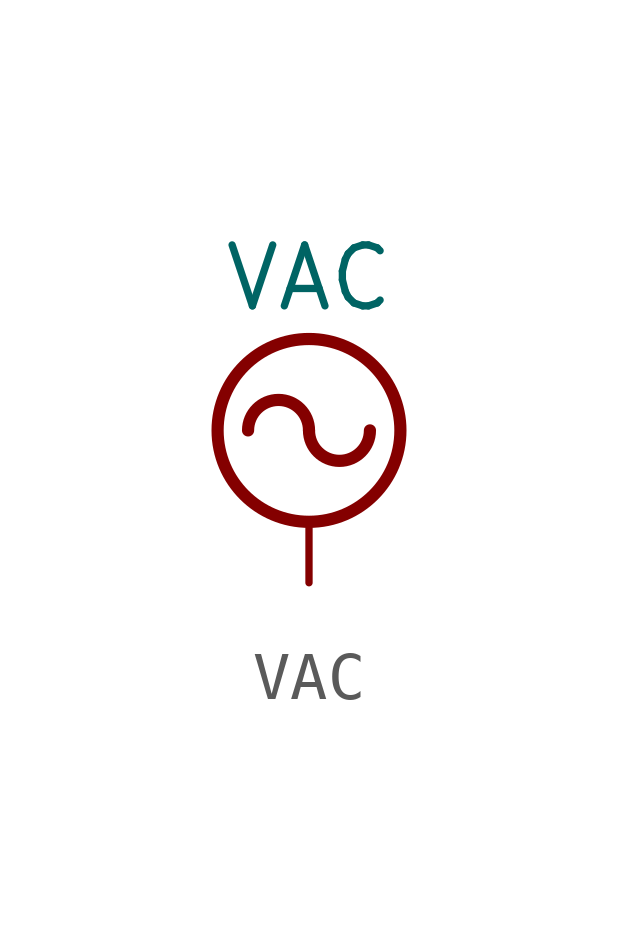
<source format=kicad_sym>
(kicad_symbol_lib
  (version 20220914)
  (generator kicad_symbol_editor)
  (symbol "VAC"
    (power)
    (pin_names
      (offset 0))
    (property "Reference" "#PWR"
      (at 0 -2.54 0)
      (effects (font (size 1.27 1.27)) hide))
    (property "Value" "VAC"
      (at 0 6.35 0)
      (effects (font (size 1.27 1.27))))
    (symbol "VAC_0_1"
      (polyline (pts (xy 0 0) (xy 0 1.27)) (stroke (width 0) (type solid)) (fill (type none)))
      (arc (start 0 3.175) (mid -0.635 3.8073) (end -1.27 3.175) (stroke (width 0.254) (type solid)) (fill (type none)))
      (arc (start 0 3.175) (mid 0.635 2.5427) (end 1.27 3.175) (stroke (width 0.254) (type solid)) (fill (type none)))
      (circle (center 0 3.175) (radius 1.905) (stroke (width 0.254) (type solid)) (fill (type none))))
    (symbol "VAC_1_1"
      (pin power_in line (at 0 0 90) (length 0) hide (name "VAC" (effects (font (size 1.27 1.27)))) (number "1" (effects (font (size 1.27 1.27))))))))
</source>
